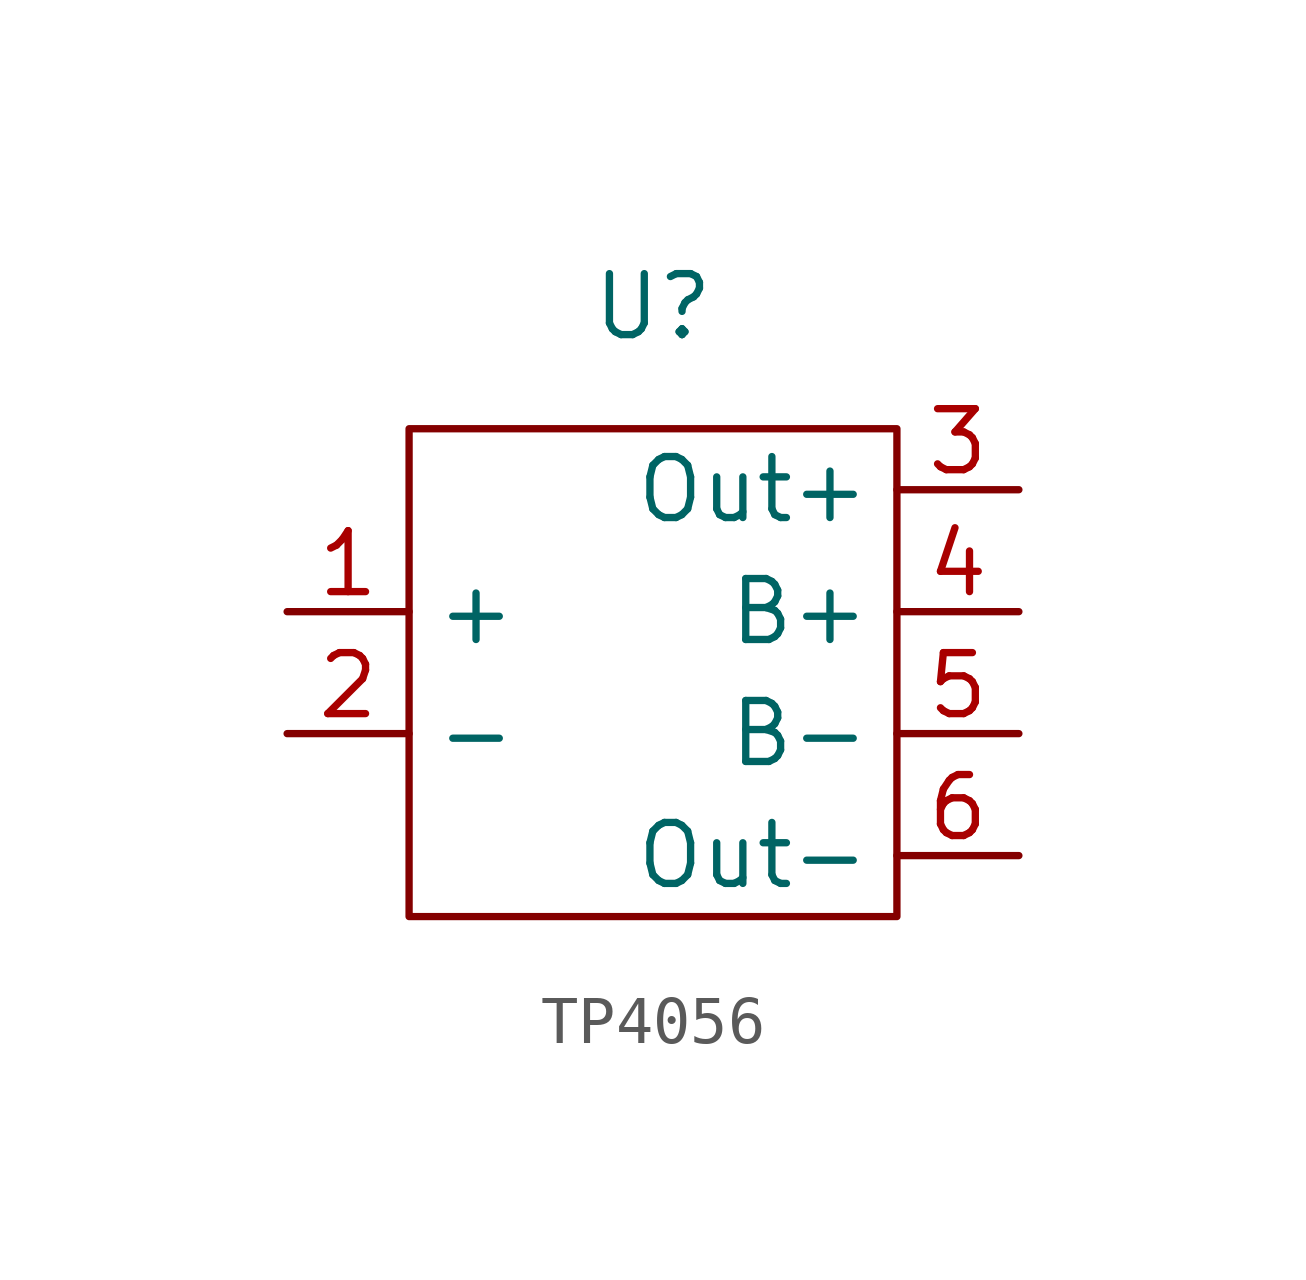
<source format=kicad_sym>
(kicad_symbol_lib
  (version 20220914)
  (generator kicad_symbol_editor)
  (symbol "TP4056"
    (power)
    (property "Reference" "U"
      (at 0 7.62 0)
      (effects (font (size 1.27 1.27))))
    (property "Value" ""
      (at 0 3.81 0)
      (effects (font (size 1.27 1.27))))
    (symbol "TP4056_0_1"
      (rectangle (start 5.08 5.08) (end -5.08 -5.08) (stroke (width 0) (type default)) (fill (type none))))
    (symbol "TP4056_1_1"
      (pin power_in line (at -7.62 1.27 0) (length 2.54) (name "+" (effects (font (size 1.27 1.27)))) (number "1" (effects (font (size 1.27 1.27)))))
      (pin power_in line (at -7.62 -1.27 0) (length 2.54) (name "-" (effects (font (size 1.27 1.27)))) (number "2" (effects (font (size 1.27 1.27)))))
      (pin power_out line (at 7.62 3.81 180) (length 2.54) (name "Out+" (effects (font (size 1.27 1.27)))) (number "3" (effects (font (size 1.27 1.27)))))
      (pin bidirectional line (at 7.62 1.27 180) (length 2.54) (name "B+" (effects (font (size 1.27 1.27)))) (number "4" (effects (font (size 1.27 1.27)))))
      (pin bidirectional line (at 7.62 -1.27 180) (length 2.54) (name "B-" (effects (font (size 1.27 1.27)))) (number "5" (effects (font (size 1.27 1.27)))))
      (pin power_out line (at 7.62 -3.81 180) (length 2.54) (name "Out-" (effects (font (size 1.27 1.27)))) (number "6" (effects (font (size 1.27 1.27))))))))
</source>
